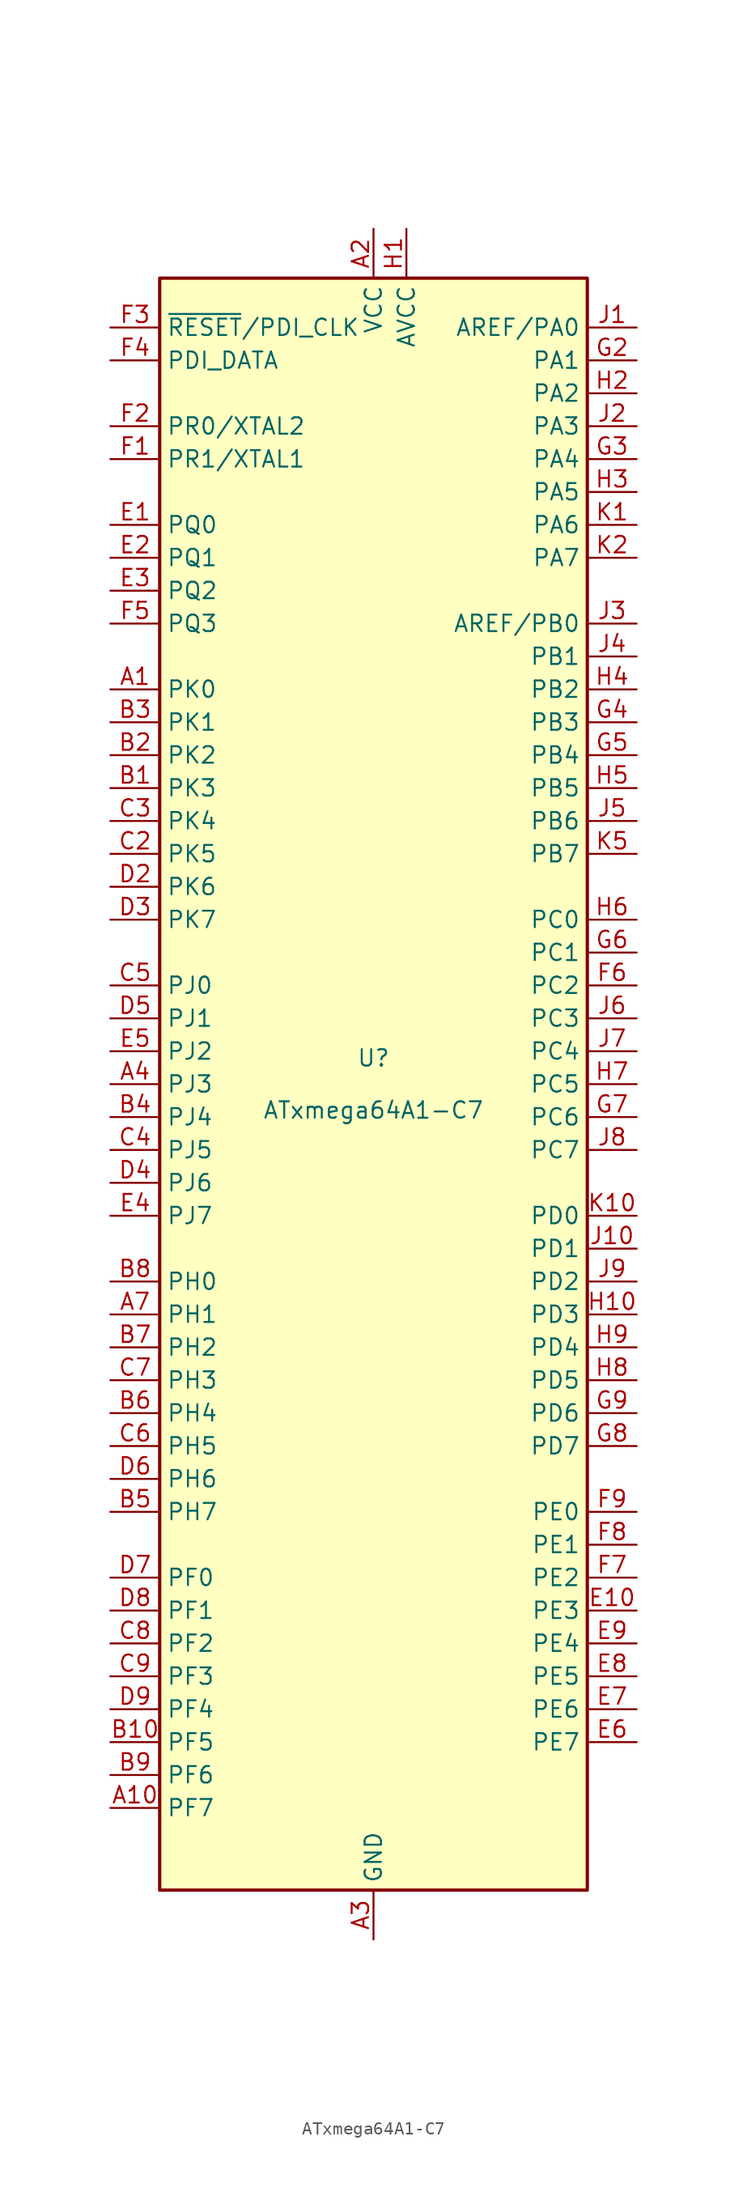
<source format=kicad_sym>
(kicad_symbol_lib
  (version 20241209)
  (generator "kicad_symbol_editor")
  (generator_version "9.0")
  (symbol "ATxmega64A1-C7"
    (property "Reference" "U"
      (at 0 1.27 0)
      (effects (font (size 1.27 1.27)) (justify bottom)))
    (property "Value" "ATxmega64A1-C7"
      (at 0 -1.27 0)
      (effects (font (size 1.27 1.27)) (justify top)))
    (symbol "ATxmega64A1-C7_0_1"
      (rectangle (start -16.51 -62.23) (end 16.51 62.23) (stroke (width 0.254) (type default)) (fill (type background))))
    (symbol "ATxmega64A1-C7_1_1"
      (pin input line (at -20.32 58.42 0) (length 3.81) (name "~{RESET}/PDI_CLK" (effects (font (size 1.27 1.27)))) (number "F3" (effects (font (size 1.27 1.27)))))
      (pin bidirectional line (at -20.32 55.88 0) (length 3.81) (name "PDI_DATA" (effects (font (size 1.27 1.27)))) (number "F4" (effects (font (size 1.27 1.27)))))
      (pin bidirectional line (at -20.32 50.8 0) (length 3.81) (name "PR0/XTAL2" (effects (font (size 1.27 1.27)))) (number "F2" (effects (font (size 1.27 1.27)))))
      (pin bidirectional line (at -20.32 48.26 0) (length 3.81) (name "PR1/XTAL1" (effects (font (size 1.27 1.27)))) (number "F1" (effects (font (size 1.27 1.27)))))
      (pin bidirectional line (at -20.32 43.18 0) (length 3.81) (name "PQ0" (effects (font (size 1.27 1.27)))) (number "E1" (effects (font (size 1.27 1.27)))))
      (pin bidirectional line (at -20.32 40.64 0) (length 3.81) (name "PQ1" (effects (font (size 1.27 1.27)))) (number "E2" (effects (font (size 1.27 1.27)))))
      (pin bidirectional line (at -20.32 38.1 0) (length 3.81) (name "PQ2" (effects (font (size 1.27 1.27)))) (number "E3" (effects (font (size 1.27 1.27)))))
      (pin bidirectional line (at -20.32 35.56 0) (length 3.81) (name "PQ3" (effects (font (size 1.27 1.27)))) (number "F5" (effects (font (size 1.27 1.27)))))
      (pin bidirectional line (at -20.32 30.48 0) (length 3.81) (name "PK0" (effects (font (size 1.27 1.27)))) (number "A1" (effects (font (size 1.27 1.27)))))
      (pin bidirectional line (at -20.32 27.94 0) (length 3.81) (name "PK1" (effects (font (size 1.27 1.27)))) (number "B3" (effects (font (size 1.27 1.27)))))
      (pin bidirectional line (at -20.32 25.4 0) (length 3.81) (name "PK2" (effects (font (size 1.27 1.27)))) (number "B2" (effects (font (size 1.27 1.27)))))
      (pin bidirectional line (at -20.32 22.86 0) (length 3.81) (name "PK3" (effects (font (size 1.27 1.27)))) (number "B1" (effects (font (size 1.27 1.27)))))
      (pin bidirectional line (at -20.32 20.32 0) (length 3.81) (name "PK4" (effects (font (size 1.27 1.27)))) (number "C3" (effects (font (size 1.27 1.27)))))
      (pin bidirectional line (at -20.32 17.78 0) (length 3.81) (name "PK5" (effects (font (size 1.27 1.27)))) (number "C2" (effects (font (size 1.27 1.27)))))
      (pin bidirectional line (at -20.32 15.24 0) (length 3.81) (name "PK6" (effects (font (size 1.27 1.27)))) (number "D2" (effects (font (size 1.27 1.27)))))
      (pin bidirectional line (at -20.32 12.7 0) (length 3.81) (name "PK7" (effects (font (size 1.27 1.27)))) (number "D3" (effects (font (size 1.27 1.27)))))
      (pin bidirectional line (at -20.32 7.62 0) (length 3.81) (name "PJ0" (effects (font (size 1.27 1.27)))) (number "C5" (effects (font (size 1.27 1.27)))))
      (pin bidirectional line (at -20.32 5.08 0) (length 3.81) (name "PJ1" (effects (font (size 1.27 1.27)))) (number "D5" (effects (font (size 1.27 1.27)))))
      (pin bidirectional line (at -20.32 2.54 0) (length 3.81) (name "PJ2" (effects (font (size 1.27 1.27)))) (number "E5" (effects (font (size 1.27 1.27)))))
      (pin bidirectional line (at -20.32 0 0) (length 3.81) (name "PJ3" (effects (font (size 1.27 1.27)))) (number "A4" (effects (font (size 1.27 1.27)))))
      (pin bidirectional line (at -20.32 -2.54 0) (length 3.81) (name "PJ4" (effects (font (size 1.27 1.27)))) (number "B4" (effects (font (size 1.27 1.27)))))
      (pin bidirectional line (at -20.32 -5.08 0) (length 3.81) (name "PJ5" (effects (font (size 1.27 1.27)))) (number "C4" (effects (font (size 1.27 1.27)))))
      (pin bidirectional line (at -20.32 -7.62 0) (length 3.81) (name "PJ6" (effects (font (size 1.27 1.27)))) (number "D4" (effects (font (size 1.27 1.27)))))
      (pin bidirectional line (at -20.32 -10.16 0) (length 3.81) (name "PJ7" (effects (font (size 1.27 1.27)))) (number "E4" (effects (font (size 1.27 1.27)))))
      (pin bidirectional line (at -20.32 -15.24 0) (length 3.81) (name "PH0" (effects (font (size 1.27 1.27)))) (number "B8" (effects (font (size 1.27 1.27)))))
      (pin bidirectional line (at -20.32 -17.78 0) (length 3.81) (name "PH1" (effects (font (size 1.27 1.27)))) (number "A7" (effects (font (size 1.27 1.27)))))
      (pin bidirectional line (at -20.32 -20.32 0) (length 3.81) (name "PH2" (effects (font (size 1.27 1.27)))) (number "B7" (effects (font (size 1.27 1.27)))))
      (pin bidirectional line (at -20.32 -22.86 0) (length 3.81) (name "PH3" (effects (font (size 1.27 1.27)))) (number "C7" (effects (font (size 1.27 1.27)))))
      (pin bidirectional line (at -20.32 -25.4 0) (length 3.81) (name "PH4" (effects (font (size 1.27 1.27)))) (number "B6" (effects (font (size 1.27 1.27)))))
      (pin bidirectional line (at -20.32 -27.94 0) (length 3.81) (name "PH5" (effects (font (size 1.27 1.27)))) (number "C6" (effects (font (size 1.27 1.27)))))
      (pin bidirectional line (at -20.32 -30.48 0) (length 3.81) (name "PH6" (effects (font (size 1.27 1.27)))) (number "D6" (effects (font (size 1.27 1.27)))))
      (pin bidirectional line (at -20.32 -33.02 0) (length 3.81) (name "PH7" (effects (font (size 1.27 1.27)))) (number "B5" (effects (font (size 1.27 1.27)))))
      (pin bidirectional line (at -20.32 -38.1 0) (length 3.81) (name "PF0" (effects (font (size 1.27 1.27)))) (number "D7" (effects (font (size 1.27 1.27)))))
      (pin bidirectional line (at -20.32 -40.64 0) (length 3.81) (name "PF1" (effects (font (size 1.27 1.27)))) (number "D8" (effects (font (size 1.27 1.27)))))
      (pin bidirectional line (at -20.32 -43.18 0) (length 3.81) (name "PF2" (effects (font (size 1.27 1.27)))) (number "C8" (effects (font (size 1.27 1.27)))))
      (pin bidirectional line (at -20.32 -45.72 0) (length 3.81) (name "PF3" (effects (font (size 1.27 1.27)))) (number "C9" (effects (font (size 1.27 1.27)))))
      (pin bidirectional line (at -20.32 -48.26 0) (length 3.81) (name "PF4" (effects (font (size 1.27 1.27)))) (number "D9" (effects (font (size 1.27 1.27)))))
      (pin bidirectional line (at -20.32 -50.8 0) (length 3.81) (name "PF5" (effects (font (size 1.27 1.27)))) (number "B10" (effects (font (size 1.27 1.27)))))
      (pin bidirectional line (at -20.32 -53.34 0) (length 3.81) (name "PF6" (effects (font (size 1.27 1.27)))) (number "B9" (effects (font (size 1.27 1.27)))))
      (pin bidirectional line (at -20.32 -55.88 0) (length 3.81) (name "PF7" (effects (font (size 1.27 1.27)))) (number "A10" (effects (font (size 1.27 1.27)))))
      (pin power_in line (at 0 66.04 270) (length 3.81) (name "VCC" (effects (font (size 1.27 1.27)))) (number "A2" (effects (font (size 1.27 1.27)))))
      (pin passive line (at 0 66.04 270) (length 3.81) (hide yes) (name "VCC" (effects (font (size 1.27 1.27)))) (number "A5" (effects (font (size 1.27 1.27)))))
      (pin passive line (at 0 66.04 270) (length 3.81) (hide yes) (name "VCC" (effects (font (size 1.27 1.27)))) (number "A9" (effects (font (size 1.27 1.27)))))
      (pin passive line (at 0 66.04 270) (length 3.81) (hide yes) (name "VCC" (effects (font (size 1.27 1.27)))) (number "C1" (effects (font (size 1.27 1.27)))))
      (pin passive line (at 0 66.04 270) (length 3.81) (hide yes) (name "VCC" (effects (font (size 1.27 1.27)))) (number "C10" (effects (font (size 1.27 1.27)))))
      (pin passive line (at 0 66.04 270) (length 3.81) (hide yes) (name "VCC" (effects (font (size 1.27 1.27)))) (number "F10" (effects (font (size 1.27 1.27)))))
      (pin passive line (at 0 66.04 270) (length 3.81) (hide yes) (name "VCC" (effects (font (size 1.27 1.27)))) (number "K6" (effects (font (size 1.27 1.27)))))
      (pin passive line (at 0 66.04 270) (length 3.81) (hide yes) (name "VCC" (effects (font (size 1.27 1.27)))) (number "K8" (effects (font (size 1.27 1.27)))))
      (pin power_in line (at 0 -66.04 90) (length 3.81) (name "GND" (effects (font (size 1.27 1.27)))) (number "A3" (effects (font (size 1.27 1.27)))))
      (pin passive line (at 0 -66.04 90) (length 3.81) (hide yes) (name "GND" (effects (font (size 1.27 1.27)))) (number "A6" (effects (font (size 1.27 1.27)))))
      (pin passive line (at 0 -66.04 90) (length 3.81) (hide yes) (name "GND" (effects (font (size 1.27 1.27)))) (number "A8" (effects (font (size 1.27 1.27)))))
      (pin passive line (at 0 -66.04 90) (length 3.81) (hide yes) (name "GND" (effects (font (size 1.27 1.27)))) (number "D1" (effects (font (size 1.27 1.27)))))
      (pin passive line (at 0 -66.04 90) (length 3.81) (hide yes) (name "GND" (effects (font (size 1.27 1.27)))) (number "D10" (effects (font (size 1.27 1.27)))))
      (pin passive line (at 0 -66.04 90) (length 3.81) (hide yes) (name "GND" (effects (font (size 1.27 1.27)))) (number "G1" (effects (font (size 1.27 1.27)))))
      (pin passive line (at 0 -66.04 90) (length 3.81) (hide yes) (name "GND" (effects (font (size 1.27 1.27)))) (number "G10" (effects (font (size 1.27 1.27)))))
      (pin passive line (at 0 -66.04 90) (length 3.81) (hide yes) (name "GND" (effects (font (size 1.27 1.27)))) (number "K3" (effects (font (size 1.27 1.27)))))
      (pin passive line (at 0 -66.04 90) (length 3.81) (hide yes) (name "GND" (effects (font (size 1.27 1.27)))) (number "K7" (effects (font (size 1.27 1.27)))))
      (pin passive line (at 0 -66.04 90) (length 3.81) (hide yes) (name "GND" (effects (font (size 1.27 1.27)))) (number "K9" (effects (font (size 1.27 1.27)))))
      (pin power_in line (at 2.54 66.04 270) (length 3.81) (name "AVCC" (effects (font (size 1.27 1.27)))) (number "H1" (effects (font (size 1.27 1.27)))))
      (pin passive line (at 2.54 66.04 270) (length 3.81) (hide yes) (name "AVCC" (effects (font (size 1.27 1.27)))) (number "K4" (effects (font (size 1.27 1.27)))))
      (pin bidirectional line (at 20.32 58.42 180) (length 3.81) (name "AREF/PA0" (effects (font (size 1.27 1.27)))) (number "J1" (effects (font (size 1.27 1.27)))))
      (pin bidirectional line (at 20.32 55.88 180) (length 3.81) (name "PA1" (effects (font (size 1.27 1.27)))) (number "G2" (effects (font (size 1.27 1.27)))))
      (pin bidirectional line (at 20.32 53.34 180) (length 3.81) (name "PA2" (effects (font (size 1.27 1.27)))) (number "H2" (effects (font (size 1.27 1.27)))))
      (pin bidirectional line (at 20.32 50.8 180) (length 3.81) (name "PA3" (effects (font (size 1.27 1.27)))) (number "J2" (effects (font (size 1.27 1.27)))))
      (pin bidirectional line (at 20.32 48.26 180) (length 3.81) (name "PA4" (effects (font (size 1.27 1.27)))) (number "G3" (effects (font (size 1.27 1.27)))))
      (pin bidirectional line (at 20.32 45.72 180) (length 3.81) (name "PA5" (effects (font (size 1.27 1.27)))) (number "H3" (effects (font (size 1.27 1.27)))))
      (pin bidirectional line (at 20.32 43.18 180) (length 3.81) (name "PA6" (effects (font (size 1.27 1.27)))) (number "K1" (effects (font (size 1.27 1.27)))))
      (pin bidirectional line (at 20.32 40.64 180) (length 3.81) (name "PA7" (effects (font (size 1.27 1.27)))) (number "K2" (effects (font (size 1.27 1.27)))))
      (pin bidirectional line (at 20.32 35.56 180) (length 3.81) (name "AREF/PB0" (effects (font (size 1.27 1.27)))) (number "J3" (effects (font (size 1.27 1.27)))))
      (pin bidirectional line (at 20.32 33.02 180) (length 3.81) (name "PB1" (effects (font (size 1.27 1.27)))) (number "J4" (effects (font (size 1.27 1.27)))))
      (pin bidirectional line (at 20.32 30.48 180) (length 3.81) (name "PB2" (effects (font (size 1.27 1.27)))) (number "H4" (effects (font (size 1.27 1.27)))))
      (pin bidirectional line (at 20.32 27.94 180) (length 3.81) (name "PB3" (effects (font (size 1.27 1.27)))) (number "G4" (effects (font (size 1.27 1.27)))))
      (pin bidirectional line (at 20.32 25.4 180) (length 3.81) (name "PB4" (effects (font (size 1.27 1.27)))) (number "G5" (effects (font (size 1.27 1.27)))))
      (pin bidirectional line (at 20.32 22.86 180) (length 3.81) (name "PB5" (effects (font (size 1.27 1.27)))) (number "H5" (effects (font (size 1.27 1.27)))))
      (pin bidirectional line (at 20.32 20.32 180) (length 3.81) (name "PB6" (effects (font (size 1.27 1.27)))) (number "J5" (effects (font (size 1.27 1.27)))))
      (pin bidirectional line (at 20.32 17.78 180) (length 3.81) (name "PB7" (effects (font (size 1.27 1.27)))) (number "K5" (effects (font (size 1.27 1.27)))))
      (pin bidirectional line (at 20.32 12.7 180) (length 3.81) (name "PC0" (effects (font (size 1.27 1.27)))) (number "H6" (effects (font (size 1.27 1.27)))))
      (pin bidirectional line (at 20.32 10.16 180) (length 3.81) (name "PC1" (effects (font (size 1.27 1.27)))) (number "G6" (effects (font (size 1.27 1.27)))))
      (pin bidirectional line (at 20.32 7.62 180) (length 3.81) (name "PC2" (effects (font (size 1.27 1.27)))) (number "F6" (effects (font (size 1.27 1.27)))))
      (pin bidirectional line (at 20.32 5.08 180) (length 3.81) (name "PC3" (effects (font (size 1.27 1.27)))) (number "J6" (effects (font (size 1.27 1.27)))))
      (pin bidirectional line (at 20.32 2.54 180) (length 3.81) (name "PC4" (effects (font (size 1.27 1.27)))) (number "J7" (effects (font (size 1.27 1.27)))))
      (pin bidirectional line (at 20.32 0 180) (length 3.81) (name "PC5" (effects (font (size 1.27 1.27)))) (number "H7" (effects (font (size 1.27 1.27)))))
      (pin bidirectional line (at 20.32 -2.54 180) (length 3.81) (name "PC6" (effects (font (size 1.27 1.27)))) (number "G7" (effects (font (size 1.27 1.27)))))
      (pin bidirectional line (at 20.32 -5.08 180) (length 3.81) (name "PC7" (effects (font (size 1.27 1.27)))) (number "J8" (effects (font (size 1.27 1.27)))))
      (pin bidirectional line (at 20.32 -10.16 180) (length 3.81) (name "PD0" (effects (font (size 1.27 1.27)))) (number "K10" (effects (font (size 1.27 1.27)))))
      (pin bidirectional line (at 20.32 -12.7 180) (length 3.81) (name "PD1" (effects (font (size 1.27 1.27)))) (number "J10" (effects (font (size 1.27 1.27)))))
      (pin bidirectional line (at 20.32 -15.24 180) (length 3.81) (name "PD2" (effects (font (size 1.27 1.27)))) (number "J9" (effects (font (size 1.27 1.27)))))
      (pin bidirectional line (at 20.32 -17.78 180) (length 3.81) (name "PD3" (effects (font (size 1.27 1.27)))) (number "H10" (effects (font (size 1.27 1.27)))))
      (pin bidirectional line (at 20.32 -20.32 180) (length 3.81) (name "PD4" (effects (font (size 1.27 1.27)))) (number "H9" (effects (font (size 1.27 1.27)))))
      (pin bidirectional line (at 20.32 -22.86 180) (length 3.81) (name "PD5" (effects (font (size 1.27 1.27)))) (number "H8" (effects (font (size 1.27 1.27)))))
      (pin bidirectional line (at 20.32 -25.4 180) (length 3.81) (name "PD6" (effects (font (size 1.27 1.27)))) (number "G9" (effects (font (size 1.27 1.27)))))
      (pin bidirectional line (at 20.32 -27.94 180) (length 3.81) (name "PD7" (effects (font (size 1.27 1.27)))) (number "G8" (effects (font (size 1.27 1.27)))))
      (pin bidirectional line (at 20.32 -33.02 180) (length 3.81) (name "PE0" (effects (font (size 1.27 1.27)))) (number "F9" (effects (font (size 1.27 1.27)))))
      (pin bidirectional line (at 20.32 -35.56 180) (length 3.81) (name "PE1" (effects (font (size 1.27 1.27)))) (number "F8" (effects (font (size 1.27 1.27)))))
      (pin bidirectional line (at 20.32 -38.1 180) (length 3.81) (name "PE2" (effects (font (size 1.27 1.27)))) (number "F7" (effects (font (size 1.27 1.27)))))
      (pin bidirectional line (at 20.32 -40.64 180) (length 3.81) (name "PE3" (effects (font (size 1.27 1.27)))) (number "E10" (effects (font (size 1.27 1.27)))))
      (pin bidirectional line (at 20.32 -43.18 180) (length 3.81) (name "PE4" (effects (font (size 1.27 1.27)))) (number "E9" (effects (font (size 1.27 1.27)))))
      (pin bidirectional line (at 20.32 -45.72 180) (length 3.81) (name "PE5" (effects (font (size 1.27 1.27)))) (number "E8" (effects (font (size 1.27 1.27)))))
      (pin bidirectional line (at 20.32 -48.26 180) (length 3.81) (name "PE6" (effects (font (size 1.27 1.27)))) (number "E7" (effects (font (size 1.27 1.27)))))
      (pin bidirectional line (at 20.32 -50.8 180) (length 3.81) (name "PE7" (effects (font (size 1.27 1.27)))) (number "E6" (effects (font (size 1.27 1.27))))))))
</source>
